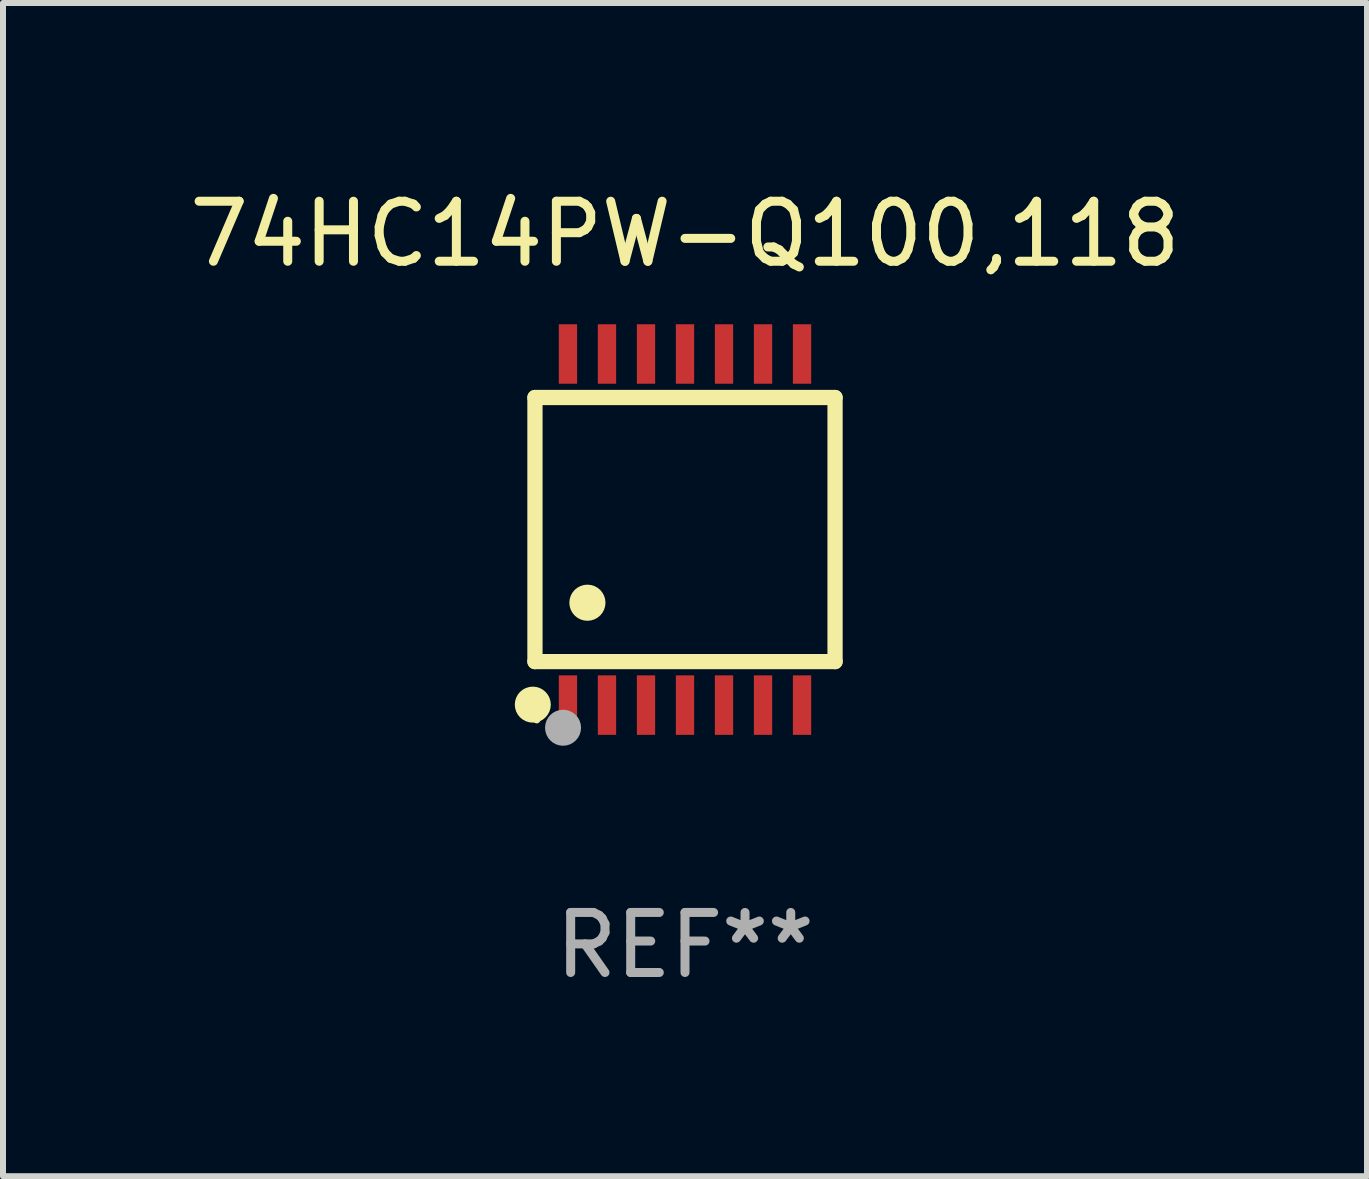
<source format=kicad_pcb>
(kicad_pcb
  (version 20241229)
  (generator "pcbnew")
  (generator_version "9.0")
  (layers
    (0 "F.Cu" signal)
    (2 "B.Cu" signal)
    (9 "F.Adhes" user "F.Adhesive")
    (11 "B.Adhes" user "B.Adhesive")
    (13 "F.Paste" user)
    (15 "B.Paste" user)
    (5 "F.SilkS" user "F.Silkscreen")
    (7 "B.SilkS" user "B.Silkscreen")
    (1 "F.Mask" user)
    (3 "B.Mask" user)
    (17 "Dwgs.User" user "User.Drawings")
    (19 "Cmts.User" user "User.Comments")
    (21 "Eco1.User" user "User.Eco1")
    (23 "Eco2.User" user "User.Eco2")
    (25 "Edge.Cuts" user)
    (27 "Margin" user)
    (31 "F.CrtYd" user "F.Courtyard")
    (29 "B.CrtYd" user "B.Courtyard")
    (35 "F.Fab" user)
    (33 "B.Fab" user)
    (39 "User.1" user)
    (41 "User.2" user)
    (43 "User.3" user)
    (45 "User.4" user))
  (footprint "74HC14PW-Q100,118"
    (layer "F.Cu")
    (at 8.363 5.773)
    (property "Reference" "74HC14PW-Q100,118" (at 0 -4.925 0) (layer "F.SilkS") (effects (font (size 1 1) (thickness 0.15))))
    (attr through_hole)
    (fp_line (start -2.5 2.2) (end -2.5 -2.2) (stroke (width 0.254) (type solid)) (layer "F.SilkS"))
    (fp_line (start -2.5 2.2) (end 2.5 2.2) (stroke (width 0.254) (type solid)) (layer "F.SilkS"))
    (fp_line (start 2.5 -2.2) (end -2.5 -2.2) (stroke (width 0.254) (type solid)) (layer "F.SilkS"))
    (fp_line (start 2.5 -2.2) (end 2.5 2.2) (stroke (width 0.254) (type solid)) (layer "F.SilkS"))
    (fp_circle (center -2.536 2.917) (end -2.386 2.917) (stroke (width 0.3) (type solid)) (fill no) (layer "F.SilkS"))
    (fp_circle (center -2.47 3.17) (end -2.44 3.17) (stroke (width 0.06) (type solid)) (fill no) (layer "F.SilkS"))
    (fp_circle (center -1.626 1.219) (end -1.475 1.219) (stroke (width 0.3) (type solid)) (fill no) (layer "F.SilkS"))
    (fp_circle (center -2.032 3.302) (end -1.882 3.302) (stroke (width 0.3) (type solid)) (fill no) (layer "F.Fab"))
    (fp_text user "REF**" (at 0 6.925 0) (layer "F.Fab") (effects (font (size 1 1) (thickness 0.15))))
    (pad "1" smd rect (at -1.95 2.925) (size 0.305 0.991) (layers "F.Cu" "F.Mask" "F.Paste"))
    (pad "2" smd rect (at -1.3 2.925) (size 0.305 0.991) (layers "F.Cu" "F.Mask" "F.Paste"))
    (pad "3" smd rect (at -0.65 2.925) (size 0.305 0.991) (layers "F.Cu" "F.Mask" "F.Paste"))
    (pad "4" smd rect (at 0 2.925) (size 0.305 0.991) (layers "F.Cu" "F.Mask" "F.Paste"))
    (pad "5" smd rect (at 0.65 2.925) (size 0.305 0.991) (layers "F.Cu" "F.Mask" "F.Paste"))
    (pad "6" smd rect (at 1.3 2.925) (size 0.305 0.991) (layers "F.Cu" "F.Mask" "F.Paste"))
    (pad "7" smd rect (at 1.95 2.925) (size 0.305 0.991) (layers "F.Cu" "F.Mask" "F.Paste"))
    (pad "8" smd rect (at 1.95 -2.925) (size 0.305 0.991) (layers "F.Cu" "F.Mask" "F.Paste"))
    (pad "9" smd rect (at 1.3 -2.925) (size 0.305 0.991) (layers "F.Cu" "F.Mask" "F.Paste"))
    (pad "10" smd rect (at 0.65 -2.925) (size 0.305 0.991) (layers "F.Cu" "F.Mask" "F.Paste"))
    (pad "11" smd rect (at 0 -2.925) (size 0.305 0.991) (layers "F.Cu" "F.Mask" "F.Paste"))
    (pad "12" smd rect (at -0.65 -2.925) (size 0.305 0.991) (layers "F.Cu" "F.Mask" "F.Paste"))
    (pad "13" smd rect (at -1.3 -2.925) (size 0.305 0.991) (layers "F.Cu" "F.Mask" "F.Paste"))
    (pad "14" smd rect (at -1.95 -2.925) (size 0.305 0.991) (layers "F.Cu" "F.Mask" "F.Paste")))
  (gr_rect
    (start -3 -3)
    (end 19.726 16.547)
    (stroke (width 0.1) (type default))
    (fill no)
    (layer "Edge.Cuts")))
</source>
